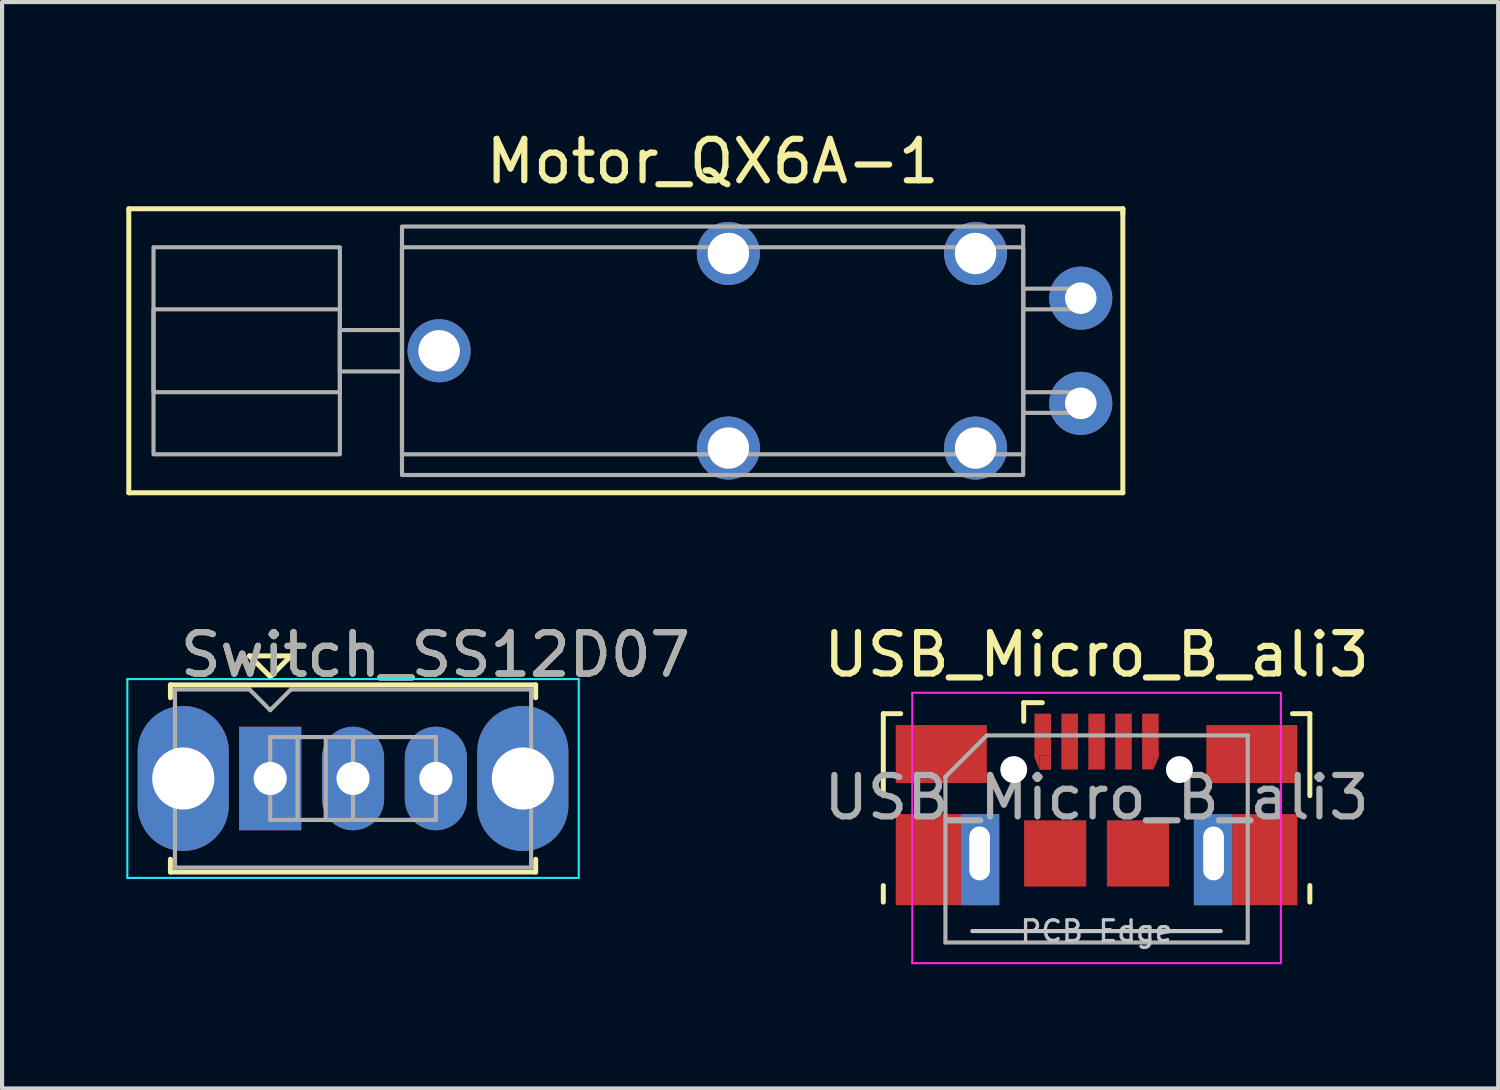
<source format=kicad_pcb>
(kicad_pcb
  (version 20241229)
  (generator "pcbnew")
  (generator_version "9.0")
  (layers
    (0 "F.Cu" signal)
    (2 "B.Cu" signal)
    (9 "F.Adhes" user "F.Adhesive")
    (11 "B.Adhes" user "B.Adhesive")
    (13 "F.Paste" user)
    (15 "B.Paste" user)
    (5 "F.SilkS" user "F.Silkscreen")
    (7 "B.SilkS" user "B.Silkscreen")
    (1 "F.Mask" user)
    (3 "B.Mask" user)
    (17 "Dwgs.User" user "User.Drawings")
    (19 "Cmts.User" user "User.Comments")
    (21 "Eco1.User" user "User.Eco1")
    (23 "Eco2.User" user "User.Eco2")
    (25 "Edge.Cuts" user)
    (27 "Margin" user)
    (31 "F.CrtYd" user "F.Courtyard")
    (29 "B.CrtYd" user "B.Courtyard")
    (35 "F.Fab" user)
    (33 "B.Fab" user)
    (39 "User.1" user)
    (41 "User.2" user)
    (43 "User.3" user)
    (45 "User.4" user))
  (footprint "Motor_QX6A-1"
    (layer "F.Cu")
    (at 14.157 5.42)
    (property "Reference" "Motor_QX6A-1" (at 0 -4.572 0) (layer "F.SilkS") (effects (font (size 1 1) (thickness 0.15))))
    (attr through_hole)
    (fp_line (start -14.097 -3.429) (end 9.906 -3.429) (stroke (width 0.12) (type solid)) (layer "F.SilkS"))
    (fp_line (start -14.097 3.429) (end -14.097 -3.429) (stroke (width 0.12) (type solid)) (layer "F.SilkS"))
    (fp_line (start 9.906 -3.429) (end 9.906 -3.302) (stroke (width 0.12) (type solid)) (layer "F.SilkS"))
    (fp_line (start 9.906 -3.429) (end 9.906 3.429) (stroke (width 0.12) (type solid)) (layer "F.SilkS"))
    (fp_line (start 9.906 3.429) (end -14.097 3.429) (stroke (width 0.12) (type solid)) (layer "F.SilkS"))
    (fp_rect (start -9 -2.5) (end -13.5 2.5) (stroke (width 0.1) (type solid)) (fill no) (layer "F.Fab"))
    (fp_rect (start -9 -0.5) (end -7.5 0.5) (stroke (width 0.1) (type solid)) (fill no) (layer "F.Fab"))
    (fp_rect (start -9 1) (end -13.5 -1) (stroke (width 0.1) (type solid)) (fill no) (layer "F.Fab"))
    (fp_rect (start -7.5 -3) (end 7.5 3) (stroke (width 0.1) (type solid)) (fill no) (layer "F.Fab"))
    (fp_rect (start -7.5 -2.5) (end 7.5 2.5) (stroke (width 0.1) (type solid)) (fill no) (layer "F.Fab"))
    (fp_rect (start 7.5 -1.5) (end 9 -1) (stroke (width 0.1) (type solid)) (fill no) (layer "F.Fab"))
    (fp_rect (start 7.5 1) (end 9 1.5) (stroke (width 0.1) (type solid)) (fill no) (layer "F.Fab"))
    (pad "1" thru_hole circle (at 8.89 -1.27) (size 1.524 1.524) (drill 0.761) (layers "*.Cu" "*.Mask"))
    (pad "2" thru_hole circle (at 8.89 1.27) (size 1.524 1.524) (drill 0.762) (layers "*.Cu" "*.Mask"))
    (pad "3" thru_hole circle (at -6.604 0) (size 1.524 1.524) (drill 1) (layers "*.Cu" "*.Mask"))
    (pad "3" thru_hole circle (at 0.381 -2.349) (size 1.524 1.524) (drill 1) (layers "*.Cu" "*.Mask"))
    (pad "3" thru_hole circle (at 0.381 2.349) (size 1.524 1.524) (drill 1) (layers "*.Cu" "*.Mask"))
    (pad "3" thru_hole circle (at 6.35 -2.349) (size 1.524 1.524) (drill 1) (layers "*.Cu" "*.Mask"))
    (pad "3" thru_hole circle (at 6.35 2.349) (size 1.524 1.524) (drill 1) (layers "*.Cu" "*.Mask")))
  (footprint "USB_Micro_B_ali3"
    (layer "F.Cu")
    (at 23.429 16.258)
    (property "Reference" "USB_Micro_B_ali3" (at 0 -3.5 0) (layer "F.SilkS") (effects (font (size 1 1) (thickness 0.15))))
    (attr through_hole)
    (fp_line (start -5.15 -2.075) (end -4.73 -2.075) (stroke (width 0.12) (type solid)) (layer "F.SilkS"))
    (fp_line (start -5.15 -0.095) (end -5.15 -2.075) (stroke (width 0.12) (type solid)) (layer "F.SilkS"))
    (fp_line (start -5.15 2.475) (end -5.15 2.075) (stroke (width 0.12) (type solid)) (layer "F.SilkS"))
    (fp_line (start -1.76 -1.89) (end -1.76 -2.34) (stroke (width 0.12) (type solid)) (layer "F.SilkS"))
    (fp_line (start -1.31 -2.34) (end -1.76 -2.34) (stroke (width 0.12) (type solid)) (layer "F.SilkS"))
    (fp_line (start 5.15 -2.075) (end 4.73 -2.075) (stroke (width 0.12) (type solid)) (layer "F.SilkS"))
    (fp_line (start 5.15 -0.095) (end 5.15 -2.075) (stroke (width 0.12) (type solid)) (layer "F.SilkS"))
    (fp_line (start 5.15 2.075) (end 5.15 2.475) (stroke (width 0.12) (type solid)) (layer "F.SilkS"))
    (fp_line (start 3 3.175) (end -3 3.175) (stroke (width 0.1) (type solid)) (layer "Dwgs.User"))
    (fp_line (start -4.45 -2.58) (end -4.45 3.95) (stroke (width 0.05) (type solid)) (layer "F.CrtYd"))
    (fp_line (start -4.45 -2.58) (end 4.45 -2.58) (stroke (width 0.05) (type solid)) (layer "F.CrtYd"))
    (fp_line (start -4.45 3.95) (end 4.45 3.95) (stroke (width 0.05) (type solid)) (layer "F.CrtYd"))
    (fp_line (start 4.45 -2.58) (end 4.45 3.95) (stroke (width 0.05) (type solid)) (layer "F.CrtYd"))
    (fp_line (start -3.65 -0.55) (end -2.65 -1.55) (stroke (width 0.1) (type solid)) (layer "F.Fab"))
    (fp_line (start -3.65 3.45) (end -3.65 -0.55) (stroke (width 0.1) (type solid)) (layer "F.Fab"))
    (fp_line (start -2.65 -1.55) (end 3.65 -1.55) (stroke (width 0.1) (type solid)) (layer "F.Fab"))
    (fp_line (start 3.65 -1.55) (end 3.65 3.45) (stroke (width 0.1) (type solid)) (layer "F.Fab"))
    (fp_line (start 3.65 3.45) (end -3.65 3.45) (stroke (width 0.1) (type solid)) (layer "F.Fab"))
    (fp_text user "PCB Edge" (at 0 3.175 0) (layer "Dwgs.User") (effects (font (size 0.5 0.5) (thickness 0.08))))
    (fp_text user "${REFERENCE}" (at 0 -0.05 0) (layer "F.Fab") (effects (font (size 1 1) (thickness 0.15))))
    (pad "" np_thru_hole circle (at -2 -0.725) (size 0.65 0.65) (drill 0.65) (layers "*.Cu" "*.Mask"))
    (pad "" np_thru_hole circle (at 2 -0.725) (size 0.65 0.65) (drill 0.65) (layers "*.Cu" "*.Mask"))
    (pad "1" smd trapezoid (at -1.438 -1.069 90) (size 0.4 0.125) (rect_delta 0 0.3) (layers "F.Cu" "F.Mask" "F.Paste"))
    (pad "1" smd rect (at -1.3 -1.569) (size 0.4 1.012) (layers "F.Cu" "F.Mask" "F.Paste"))
    (pad "1" smd rect (at -1.238 -0.891) (size 0.275 0.344) (layers "F.Cu" "F.Mask" "F.Paste"))
    (pad "2" smd rect (at -0.65 -1.4) (size 0.4 1.35) (layers "F.Cu" "F.Mask" "F.Paste"))
    (pad "3" smd rect (at 0 -1.4) (size 0.4 1.35) (layers "F.Cu" "F.Mask" "F.Paste"))
    (pad "4" smd rect (at 0.65 -1.4) (size 0.4 1.35) (layers "F.Cu" "F.Mask" "F.Paste"))
    (pad "5" smd rect (at 1.238 -0.9) (size 0.275 0.344) (layers "F.Cu" "F.Mask" "F.Paste"))
    (pad "5" smd rect (at 1.3 -1.562) (size 0.4 1.025) (layers "F.Cu" "F.Mask" "F.Paste"))
    (pad "5" smd trapezoid (at 1.438 -1.078 270) (size 0.4 0.125) (rect_delta 0 0.3) (layers "F.Cu" "F.Mask" "F.Paste"))
    (pad "6" smd rect (at -4.062 1.45) (size 1.575 2.2) (layers "F.Cu" "F.Mask" "F.Paste"))
    (pad "6" smd rect (at -3.75 -1.1) (size 2.2 1.4) (layers "F.Cu" "F.Mask" "F.Paste"))
    (pad "6" thru_hole rect (at -2.825 1.3) (size 0.925 2.2) (drill oval 0.5 1.3 (offset 0.013 0.15)) (layers "*.Cu" "*.Mask"))
    (pad "6" smd rect (at -1 1.3) (size 1.5 1.6) (layers "F.Cu" "F.Mask" "F.Paste"))
    (pad "6" smd rect (at 1 1.3) (size 1.5 1.6) (layers "F.Cu" "F.Mask" "F.Paste"))
    (pad "6" thru_hole rect (at 2.825 1.3) (size 0.925 2.2) (drill oval 0.5 1.3 (offset -0.013 0.15)) (layers "*.Cu" "*.Mask"))
    (pad "6" smd rect (at 3.75 -1.1) (size 2.2 1.4) (layers "F.Cu" "F.Mask" "F.Paste"))
    (pad "6" smd rect (at 4.062 1.45) (size 1.575 2.2) (layers "F.Cu" "F.Mask" "F.Paste")))
  (footprint "Switch_SS12D07"
    (layer "F.Cu")
    (at 3.475 15.748)
    (property "Reference" "Switch_SS12D07" (at 3.99 -2.99 0) (layer "F.SilkS") (effects (font (size 1 1) (thickness 0.15))))
    (attr through_hole)
    (fp_line (start -2.41 -2.26) (end 6.41 -2.26) (stroke (width 0.12) (type solid)) (layer "F.SilkS"))
    (fp_line (start -2.41 -1.95) (end -2.41 -2.26) (stroke (width 0.12) (type solid)) (layer "F.SilkS"))
    (fp_line (start -2.41 2.26) (end -2.41 1.95) (stroke (width 0.12) (type solid)) (layer "F.SilkS"))
    (fp_line (start -0.5 -2.96) (end 0 -2.46) (stroke (width 0.12) (type solid)) (layer "F.SilkS"))
    (fp_line (start 0 -2.46) (end 0.5 -2.96) (stroke (width 0.12) (type solid)) (layer "F.SilkS"))
    (fp_line (start 0.5 -2.96) (end -0.5 -2.96) (stroke (width 0.12) (type solid)) (layer "F.SilkS"))
    (fp_line (start 6.41 -2.26) (end 6.41 -1.95) (stroke (width 0.12) (type solid)) (layer "F.SilkS"))
    (fp_line (start 6.41 2.26) (end -2.41 2.26) (stroke (width 0.12) (type solid)) (layer "F.SilkS"))
    (fp_line (start 6.41 2.26) (end 6.41 1.95) (stroke (width 0.12) (type solid)) (layer "F.SilkS"))
    (fp_line (start -3.45 -2.4) (end 7.45 -2.4) (stroke (width 0.05) (type solid)) (layer "B.CrtYd"))
    (fp_line (start -3.45 2.4) (end -3.45 -2.4) (stroke (width 0.05) (type solid)) (layer "B.CrtYd"))
    (fp_line (start 7.45 -2.4) (end 7.45 2.4) (stroke (width 0.05) (type solid)) (layer "B.CrtYd"))
    (fp_line (start 7.45 2.4) (end -3.45 2.4) (stroke (width 0.05) (type solid)) (layer "B.CrtYd"))
    (fp_line (start -2.3 -2.15) (end -0.5 -2.15) (stroke (width 0.1) (type solid)) (layer "F.Fab"))
    (fp_line (start -2.3 2.15) (end -2.3 -2.15) (stroke (width 0.1) (type solid)) (layer "F.Fab"))
    (fp_line (start -0.5 -2.15) (end 0 -1.65) (stroke (width 0.1) (type solid)) (layer "F.Fab"))
    (fp_line (start 0 -1.65) (end 0.5 -2.15) (stroke (width 0.1) (type solid)) (layer "F.Fab"))
    (fp_line (start 0 -1) (end 0 1) (stroke (width 0.1) (type solid)) (layer "F.Fab"))
    (fp_line (start 0 -1) (end 4 -1) (stroke (width 0.1) (type solid)) (layer "F.Fab"))
    (fp_line (start 0 1) (end 4 1) (stroke (width 0.1) (type solid)) (layer "F.Fab"))
    (fp_line (start 0.5 -2.15) (end 6.3 -2.15) (stroke (width 0.1) (type solid)) (layer "F.Fab"))
    (fp_line (start 0.66 -1) (end 0.66 1) (stroke (width 0.1) (type solid)) (layer "F.Fab"))
    (fp_line (start 1.34 -1) (end 1.34 1) (stroke (width 0.1) (type solid)) (layer "F.Fab"))
    (fp_line (start 2 -1) (end 2 1) (stroke (width 0.1) (type solid)) (layer "F.Fab"))
    (fp_line (start 4 -1) (end 4 1) (stroke (width 0.1) (type solid)) (layer "F.Fab"))
    (fp_line (start 6.3 -2.15) (end 6.3 2.15) (stroke (width 0.1) (type solid)) (layer "F.Fab"))
    (fp_line (start 6.3 2.15) (end -2.3 2.15) (stroke (width 0.1) (type solid)) (layer "F.Fab"))
    (fp_text user "${REFERENCE}" (at 3.99 -2.99 0) (layer "F.Fab") (effects (font (size 1 1) (thickness 0.15))))
    (pad "" thru_hole oval (at -2.1 0) (size 2.2 3.5) (drill 1.5) (layers "*.Cu" "*.Mask"))
    (pad "" thru_hole oval (at 6.1 0) (size 2.2 3.5) (drill 1.5) (layers "*.Cu" "*.Mask"))
    (pad "1" thru_hole rect (at 0 0) (size 1.5 2.5) (drill 0.8) (layers "*.Cu" "*.Mask"))
    (pad "2" thru_hole oval (at 2 0) (size 1.5 2.5) (drill 0.8) (layers "*.Cu" "*.Mask"))
    (pad "3" thru_hole oval (at 4 0) (size 1.5 2.5) (drill 0.8) (layers "*.Cu" "*.Mask")))
  (gr_rect
    (start -3 -3)
    (end 33.126 23.233)
    (stroke (width 0.1) (type default))
    (fill no)
    (layer "Edge.Cuts")))
</source>
